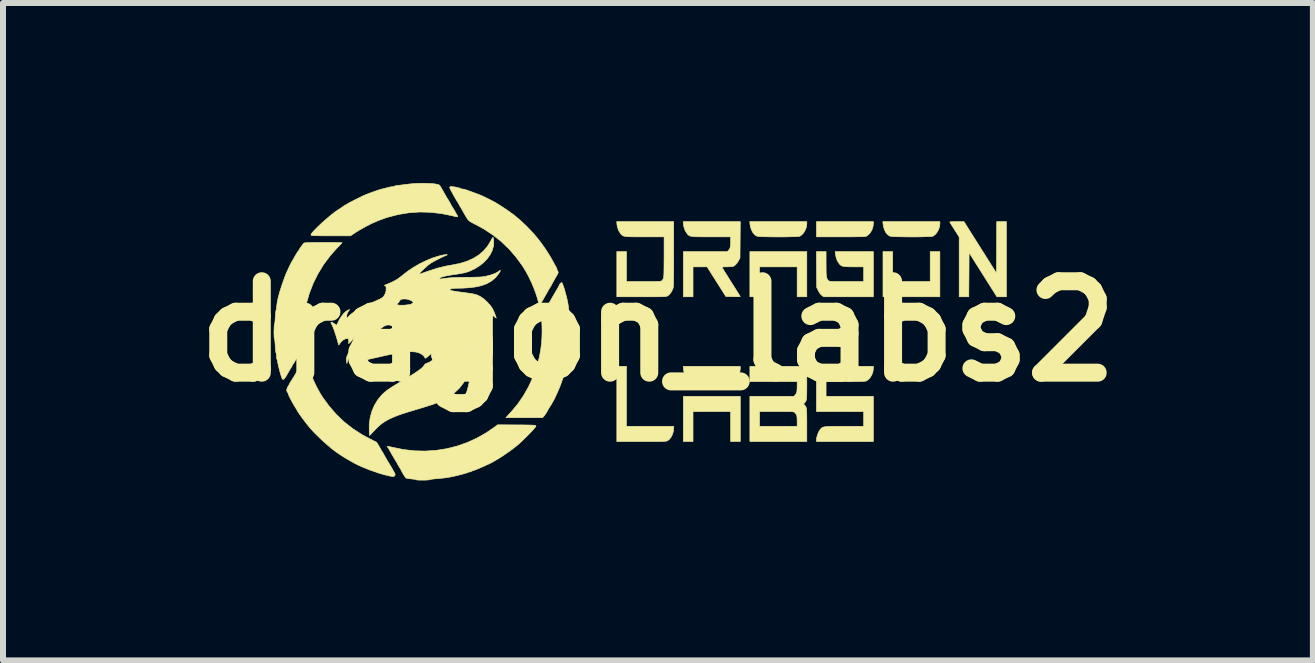
<source format=kicad_pcb>
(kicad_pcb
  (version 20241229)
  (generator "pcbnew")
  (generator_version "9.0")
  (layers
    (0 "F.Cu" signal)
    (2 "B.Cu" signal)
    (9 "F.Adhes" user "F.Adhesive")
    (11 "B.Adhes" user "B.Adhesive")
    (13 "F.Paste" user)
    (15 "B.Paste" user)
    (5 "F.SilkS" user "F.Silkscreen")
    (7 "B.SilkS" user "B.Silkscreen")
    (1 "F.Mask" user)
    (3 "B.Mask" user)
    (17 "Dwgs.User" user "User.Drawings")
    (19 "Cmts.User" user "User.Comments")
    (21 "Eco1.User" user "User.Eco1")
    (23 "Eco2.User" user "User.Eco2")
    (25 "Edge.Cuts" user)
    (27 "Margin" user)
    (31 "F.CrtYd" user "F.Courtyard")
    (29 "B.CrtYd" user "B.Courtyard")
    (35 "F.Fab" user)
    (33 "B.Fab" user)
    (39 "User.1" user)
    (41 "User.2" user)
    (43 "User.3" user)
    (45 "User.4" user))
  (footprint "dragon_labs2"
    (layer "F.Cu")
    (at 7.918 2.473)
    (property "Reference" "dragon_labs2" (at 0 0 0) (layer "F.SilkS") (effects (font (size 1.524 1.524) (thickness 0.3))))
    (attr through_hole)
    (fp_poly (pts (xy 1.372 1.837) (xy 1.211 1.837) (xy 1.211 1.338) (xy 0.584 1.338) (xy 0.584 1.837) (xy 0.423 1.837) (xy 0.423 1.084) (xy 1.372 1.084) (xy 1.372 1.837)) (stroke (width 0.01) (type solid)) (fill yes) (layer "F.SilkS"))
    (fp_poly (pts (xy 2.481 -0.576) (xy 2.32 -0.576) (xy 2.32 -1.075) (xy 1.693 -1.075) (xy 1.693 -0.576) (xy 1.532 -0.576) (xy 1.532 -1.329) (xy 2.481 -1.329) (xy 2.481 -0.576)) (stroke (width 0.01) (type solid)) (fill yes) (layer "F.SilkS"))
    (fp_poly (pts (xy 3.912 -0.83) (xy 4.538 -0.83) (xy 4.538 -1.329) (xy 4.699 -1.329) (xy 4.699 -0.576) (xy 3.751 -0.576) (xy 3.751 -1.329) (xy 3.912 -1.329) (xy 3.912 -0.83)) (stroke (width 0.01) (type solid)) (fill yes) (layer "F.SilkS"))
    (fp_poly (pts (xy 3.59 -1.791) (xy 3.584 -1.743) (xy 3.568 -1.695) (xy 3.543 -1.65) (xy 3.513 -1.614) (xy 3.48 -1.589) (xy 3.474 -1.586) (xy 3.464 -1.583) (xy 3.448 -1.581) (xy 3.424 -1.579) (xy 3.391 -1.578) (xy 3.348 -1.577) (xy 3.293 -1.576) (xy 3.225 -1.575) (xy 3.144 -1.575) (xy 3.046 -1.575) (xy 2.642 -1.575) (xy 2.642 -1.829) (xy 3.59 -1.829) (xy 3.59 -1.791)) (stroke (width 0.01) (type solid)) (fill yes) (layer "F.SilkS"))
    (fp_poly (pts (xy -0.525 1.583) (xy 0.262 1.583) (xy 0.262 1.619) (xy 0.256 1.671) (xy 0.24 1.722) (xy 0.216 1.768) (xy 0.185 1.805) (xy 0.165 1.82) (xy 0.159 1.824) (xy 0.151 1.827) (xy 0.141 1.83) (xy 0.126 1.832) (xy 0.107 1.834) (xy 0.08 1.835) (xy 0.046 1.836) (xy 0.001 1.837) (xy -0.055 1.837) (xy -0.124 1.837) (xy -0.208 1.837) (xy -0.274 1.837) (xy -0.686 1.837) (xy -0.686 0.584) (xy -0.525 0.584) (xy -0.525 1.583)) (stroke (width 0.01) (type solid)) (fill yes) (layer "F.SilkS"))
    (fp_poly (pts (xy 5.808 -0.576) (xy 5.65 -0.576) (xy 5.186 -1.311) (xy 5.184 -0.943) (xy 5.181 -0.576) (xy 5.021 -0.576) (xy 5.021 -1.572) (xy 4.946 -1.69) (xy 4.921 -1.73) (xy 4.898 -1.766) (xy 4.88 -1.794) (xy 4.869 -1.813) (xy 4.865 -1.818) (xy 4.866 -1.823) (xy 4.876 -1.826) (xy 4.898 -1.827) (xy 4.932 -1.828) (xy 4.98 -1.829) (xy 5.101 -1.828) (xy 5.372 -1.398) (xy 5.643 -0.969) (xy 5.645 -1.399) (xy 5.647 -1.829) (xy 5.808 -1.829) (xy 5.808 -0.576)) (stroke (width 0.01) (type solid)) (fill yes) (layer "F.SilkS"))
    (fp_poly (pts (xy 1.372 0.622) (xy 1.366 0.67) (xy 1.349 0.718) (xy 1.325 0.763) (xy 1.295 0.799) (xy 1.261 0.824) (xy 1.256 0.827) (xy 1.239 0.83) (xy 1.209 0.833) (xy 1.166 0.835) (xy 1.113 0.836) (xy 1.052 0.838) (xy 0.986 0.839) (xy 0.918 0.839) (xy 0.848 0.839) (xy 0.78 0.838) (xy 0.716 0.837) (xy 0.658 0.836) (xy 0.609 0.834) (xy 0.57 0.831) (xy 0.545 0.828) (xy 0.537 0.826) (xy 0.502 0.802) (xy 0.471 0.765) (xy 0.446 0.717) (xy 0.43 0.663) (xy 0.426 0.636) (xy 0.421 0.584) (xy 1.372 0.584) (xy 1.372 0.622)) (stroke (width 0.01) (type solid)) (fill yes) (layer "F.SilkS"))
    (fp_poly (pts (xy 2.481 -1.791) (xy 2.475 -1.743) (xy 2.458 -1.695) (xy 2.434 -1.65) (xy 2.404 -1.614) (xy 2.371 -1.589) (xy 2.365 -1.586) (xy 2.349 -1.583) (xy 2.318 -1.58) (xy 2.275 -1.578) (xy 2.222 -1.577) (xy 2.161 -1.575) (xy 2.096 -1.574) (xy 2.027 -1.574) (xy 1.957 -1.574) (xy 1.889 -1.575) (xy 1.825 -1.576) (xy 1.767 -1.577) (xy 1.718 -1.579) (xy 1.68 -1.582) (xy 1.654 -1.585) (xy 1.646 -1.587) (xy 1.611 -1.611) (xy 1.58 -1.648) (xy 1.556 -1.696) (xy 1.54 -1.75) (xy 1.535 -1.777) (xy 1.53 -1.829) (xy 2.481 -1.829) (xy 2.481 -1.791)) (stroke (width 0.01) (type solid)) (fill yes) (layer "F.SilkS"))
    (fp_poly (pts (xy 4.699 -1.791) (xy 4.693 -1.743) (xy 4.677 -1.695) (xy 4.652 -1.65) (xy 4.622 -1.614) (xy 4.589 -1.589) (xy 4.583 -1.586) (xy 4.567 -1.583) (xy 4.536 -1.58) (xy 4.493 -1.578) (xy 4.44 -1.577) (xy 4.38 -1.575) (xy 4.314 -1.574) (xy 4.245 -1.574) (xy 4.175 -1.574) (xy 4.107 -1.575) (xy 4.043 -1.576) (xy 3.985 -1.577) (xy 3.936 -1.579) (xy 3.898 -1.582) (xy 3.873 -1.585) (xy 3.865 -1.587) (xy 3.829 -1.611) (xy 3.798 -1.648) (xy 3.774 -1.696) (xy 3.758 -1.75) (xy 3.754 -1.777) (xy 3.748 -1.829) (xy 4.699 -1.829) (xy 4.699 -1.791)) (stroke (width 0.01) (type solid)) (fill yes) (layer "F.SilkS"))
    (fp_poly (pts (xy 3.59 0.622) (xy 3.584 0.67) (xy 3.568 0.718) (xy 3.543 0.763) (xy 3.513 0.799) (xy 3.48 0.824) (xy 3.474 0.827) (xy 3.463 0.83) (xy 3.445 0.832) (xy 3.419 0.834) (xy 3.383 0.836) (xy 3.335 0.837) (xy 3.275 0.838) (xy 3.201 0.838) (xy 3.124 0.838) (xy 2.802 0.838) (xy 2.802 1.084) (xy 3.59 1.084) (xy 3.59 1.837) (xy 2.642 1.837) (xy 2.642 1.809) (xy 2.646 1.771) (xy 2.659 1.726) (xy 2.676 1.683) (xy 2.696 1.647) (xy 2.702 1.639) (xy 2.714 1.626) (xy 2.725 1.614) (xy 2.737 1.605) (xy 2.752 1.598) (xy 2.772 1.593) (xy 2.798 1.589) (xy 2.832 1.586) (xy 2.875 1.585) (xy 2.93 1.584) (xy 2.999 1.583) (xy 3.081 1.583) (xy 3.429 1.583) (xy 3.429 1.338) (xy 2.642 1.338) (xy 2.642 0.584) (xy 3.59 0.584) (xy 3.59 0.622)) (stroke (width 0.01) (type solid)) (fill yes) (layer "F.SilkS"))
    (fp_poly (pts (xy 2.802 -1.122) (xy 2.803 -1.052) (xy 2.803 -0.996) (xy 2.805 -0.954) (xy 2.808 -0.921) (xy 2.812 -0.897) (xy 2.818 -0.878) (xy 2.826 -0.864) (xy 2.836 -0.851) (xy 2.838 -0.849) (xy 2.843 -0.844) (xy 2.849 -0.84) (xy 2.858 -0.836) (xy 2.87 -0.834) (xy 2.889 -0.832) (xy 2.916 -0.831) (xy 2.952 -0.83) (xy 3 -0.83) (xy 3.061 -0.83) (xy 3.137 -0.83) (xy 3.143 -0.83) (xy 3.429 -0.83) (xy 3.429 -1.075) (xy 3.262 -1.075) (xy 3.197 -1.076) (xy 3.146 -1.077) (xy 3.107 -1.08) (xy 3.078 -1.086) (xy 3.056 -1.095) (xy 3.039 -1.107) (xy 3.023 -1.124) (xy 3.008 -1.146) (xy 2.988 -1.18) (xy 2.974 -1.215) (xy 2.964 -1.258) (xy 2.959 -1.289) (xy 2.953 -1.329) (xy 3.59 -1.329) (xy 3.59 -0.576) (xy 2.764 -0.576) (xy 2.733 -0.597) (xy 2.705 -0.624) (xy 2.678 -0.667) (xy 2.674 -0.675) (xy 2.646 -0.732) (xy 2.643 -1.031) (xy 2.641 -1.329) (xy 2.802 -1.329) (xy 2.802 -1.122)) (stroke (width 0.01) (type solid)) (fill yes) (layer "F.SilkS"))
    (fp_poly (pts (xy 2.481 0.86) (xy 2.481 0.938) (xy 2.48 1.001) (xy 2.48 1.051) (xy 2.478 1.09) (xy 2.476 1.119) (xy 2.472 1.141) (xy 2.468 1.158) (xy 2.461 1.17) (xy 2.453 1.181) (xy 2.444 1.192) (xy 2.427 1.211) (xy 2.444 1.23) (xy 2.454 1.241) (xy 2.462 1.252) (xy 2.468 1.265) (xy 2.473 1.282) (xy 2.476 1.305) (xy 2.478 1.335) (xy 2.48 1.374) (xy 2.48 1.425) (xy 2.481 1.49) (xy 2.481 1.562) (xy 2.481 1.837) (xy 1.532 1.837) (xy 1.532 1.338) (xy 1.693 1.338) (xy 1.693 1.583) (xy 2.32 1.583) (xy 2.32 1.498) (xy 2.319 1.452) (xy 2.316 1.419) (xy 2.309 1.394) (xy 2.297 1.374) (xy 2.283 1.357) (xy 2.279 1.352) (xy 2.273 1.348) (xy 2.265 1.344) (xy 2.252 1.342) (xy 2.233 1.34) (xy 2.207 1.339) (xy 2.17 1.338) (xy 2.122 1.338) (xy 2.061 1.338) (xy 1.985 1.338) (xy 1.693 1.338) (xy 1.532 1.338) (xy 1.532 1.084) (xy 2.266 1.084) (xy 2.283 1.065) (xy 2.3 1.045) (xy 2.31 1.024) (xy 2.316 0.998) (xy 2.319 0.963) (xy 2.32 0.923) (xy 2.32 0.838) (xy 1.532 0.838) (xy 1.532 0.584) (xy 2.481 0.584) (xy 2.481 0.86)) (stroke (width 0.01) (type solid)) (fill yes) (layer "F.SilkS"))
    (fp_poly (pts (xy 1.367 -1.223) (xy 1.345 -1.181) (xy 1.319 -1.139) (xy 1.289 -1.106) (xy 1.26 -1.085) (xy 1.255 -1.083) (xy 1.238 -1.08) (xy 1.209 -1.077) (xy 1.173 -1.076) (xy 1.15 -1.075) (xy 1.11 -1.075) (xy 1.084 -1.073) (xy 1.071 -1.07) (xy 1.069 -1.065) (xy 1.074 -1.055) (xy 1.088 -1.033) (xy 1.108 -1) (xy 1.134 -0.959) (xy 1.165 -0.91) (xy 1.199 -0.855) (xy 1.222 -0.818) (xy 1.258 -0.762) (xy 1.291 -0.71) (xy 1.319 -0.664) (xy 1.343 -0.627) (xy 1.36 -0.599) (xy 1.37 -0.583) (xy 1.372 -0.579) (xy 1.364 -0.578) (xy 1.342 -0.577) (xy 1.309 -0.577) (xy 1.268 -0.577) (xy 1.252 -0.578) (xy 1.132 -0.58) (xy 0.819 -1.075) (xy 0.584 -1.075) (xy 0.584 -0.576) (xy 0.423 -0.576) (xy 0.423 -1.329) (xy 1.157 -1.329) (xy 1.174 -1.348) (xy 1.19 -1.368) (xy 1.201 -1.389) (xy 1.207 -1.415) (xy 1.21 -1.45) (xy 1.211 -1.49) (xy 1.211 -1.575) (xy 0.889 -1.575) (xy 0.802 -1.575) (xy 0.73 -1.575) (xy 0.671 -1.576) (xy 0.625 -1.577) (xy 0.588 -1.58) (xy 0.56 -1.583) (xy 0.539 -1.588) (xy 0.523 -1.594) (xy 0.511 -1.602) (xy 0.5 -1.612) (xy 0.489 -1.624) (xy 0.487 -1.627) (xy 0.452 -1.681) (xy 0.431 -1.745) (xy 0.426 -1.777) (xy 0.421 -1.829) (xy 1.372 -1.829) (xy 1.367 -1.223)) (stroke (width 0.01) (type solid)) (fill yes) (layer "F.SilkS"))
    (fp_poly (pts (xy 0.262 -1.293) (xy 0.262 -1.163) (xy 0.262 -1.05) (xy 0.261 -0.954) (xy 0.26 -0.874) (xy 0.259 -0.811) (xy 0.257 -0.765) (xy 0.255 -0.735) (xy 0.253 -0.724) (xy 0.238 -0.685) (xy 0.216 -0.647) (xy 0.19 -0.614) (xy 0.165 -0.593) (xy 0.159 -0.589) (xy 0.151 -0.586) (xy 0.141 -0.583) (xy 0.126 -0.581) (xy 0.107 -0.579) (xy 0.08 -0.578) (xy 0.046 -0.577) (xy 0.001 -0.576) (xy -0.055 -0.576) (xy -0.124 -0.576) (xy -0.208 -0.576) (xy -0.274 -0.576) (xy -0.686 -0.576) (xy -0.686 -1.329) (xy -0.525 -1.329) (xy -0.525 -0.83) (xy -0.237 -0.83) (xy -0.16 -0.83) (xy -0.097 -0.83) (xy -0.048 -0.83) (xy -0.011 -0.831) (xy 0.017 -0.832) (xy 0.036 -0.834) (xy 0.049 -0.836) (xy 0.058 -0.839) (xy 0.064 -0.843) (xy 0.068 -0.847) (xy 0.084 -0.868) (xy 0.093 -0.886) (xy 0.095 -0.899) (xy 0.097 -0.928) (xy 0.099 -0.97) (xy 0.1 -1.025) (xy 0.101 -1.089) (xy 0.101 -1.162) (xy 0.102 -1.241) (xy 0.102 -1.575) (xy -0.22 -1.575) (xy -0.308 -1.575) (xy -0.38 -1.575) (xy -0.438 -1.576) (xy -0.485 -1.577) (xy -0.521 -1.58) (xy -0.549 -1.583) (xy -0.57 -1.588) (xy -0.586 -1.594) (xy -0.598 -1.602) (xy -0.609 -1.612) (xy -0.62 -1.624) (xy -0.622 -1.627) (xy -0.657 -1.681) (xy -0.678 -1.745) (xy -0.683 -1.777) (xy -0.688 -1.829) (xy 0.262 -1.829) (xy 0.262 -1.293)) (stroke (width 0.01) (type solid)) (fill yes) (layer "F.SilkS"))
    (fp_poly (pts (xy -3.844 -2.466) (xy -3.783 -2.463) (xy -3.731 -2.459) (xy -3.688 -2.452) (xy -3.657 -2.444) (xy -3.643 -2.436) (xy -3.629 -2.418) (xy -3.609 -2.385) (xy -3.582 -2.338) (xy -3.551 -2.282) (xy -3.533 -2.25) (xy -3.514 -2.218) (xy -3.505 -2.206) (xy -3.488 -2.178) (xy -3.469 -2.145) (xy -3.458 -2.125) (xy -3.444 -2.098) (xy -3.432 -2.077) (xy -3.425 -2.067) (xy -3.419 -2.058) (xy -3.41 -2.043) (xy -3.396 -2.02) (xy -3.376 -1.985) (xy -3.35 -1.939) (xy -3.348 -1.936) (xy -3.34 -1.919) (xy -3.338 -1.909) (xy -3.338 -1.908) (xy -3.348 -1.909) (xy -3.369 -1.913) (xy -3.401 -1.919) (xy -3.426 -1.926) (xy -3.609 -1.963) (xy -3.79 -1.984) (xy -3.969 -1.989) (xy -4.148 -1.977) (xy -4.326 -1.948) (xy -4.504 -1.902) (xy -4.551 -1.887) (xy -4.657 -1.848) (xy -4.768 -1.8) (xy -4.878 -1.744) (xy -4.982 -1.685) (xy -5.029 -1.656) (xy -5.125 -1.592) (xy -5.448 -1.592) (xy -5.521 -1.592) (xy -5.588 -1.592) (xy -5.647 -1.593) (xy -5.698 -1.594) (xy -5.738 -1.595) (xy -5.765 -1.596) (xy -5.777 -1.597) (xy -5.777 -1.597) (xy -5.782 -1.61) (xy -5.783 -1.615) (xy -5.777 -1.628) (xy -5.759 -1.65) (xy -5.732 -1.68) (xy -5.698 -1.715) (xy -5.657 -1.755) (xy -5.613 -1.797) (xy -5.566 -1.839) (xy -5.518 -1.881) (xy -5.472 -1.92) (xy -5.441 -1.945) (xy -5.419 -1.962) (xy -5.402 -1.976) (xy -5.397 -1.98) (xy -5.385 -1.989) (xy -5.363 -2.004) (xy -5.338 -2.021) (xy -5.314 -2.036) (xy -5.301 -2.045) (xy -5.286 -2.055) (xy -5.264 -2.07) (xy -5.258 -2.075) (xy -5.236 -2.09) (xy -5.219 -2.101) (xy -5.215 -2.103) (xy -5.201 -2.11) (xy -5.179 -2.123) (xy -5.169 -2.13) (xy -5.149 -2.141) (xy -5.117 -2.158) (xy -5.078 -2.178) (xy -5.033 -2.201) (xy -4.988 -2.223) (xy -4.946 -2.244) (xy -4.91 -2.261) (xy -4.885 -2.272) (xy -4.849 -2.287) (xy -4.805 -2.304) (xy -4.757 -2.321) (xy -4.709 -2.338) (xy -4.665 -2.353) (xy -4.63 -2.364) (xy -4.606 -2.371) (xy -4.606 -2.371) (xy -4.583 -2.376) (xy -4.551 -2.384) (xy -4.515 -2.394) (xy -4.509 -2.395) (xy -4.475 -2.404) (xy -4.444 -2.41) (xy -4.423 -2.413) (xy -4.42 -2.413) (xy -4.4 -2.416) (xy -4.39 -2.421) (xy -4.377 -2.426) (xy -4.354 -2.43) (xy -4.331 -2.433) (xy -4.302 -2.436) (xy -4.262 -2.441) (xy -4.216 -2.447) (xy -4.174 -2.452) (xy -4.112 -2.459) (xy -4.046 -2.464) (xy -3.978 -2.467) (xy -3.909 -2.468) (xy -3.844 -2.466)) (stroke (width 0.01) (type solid)) (fill yes) (layer "F.SilkS"))
    (fp_poly (pts (xy -2.354 1.56) (xy -2.272 1.56) (xy -2.206 1.561) (xy -2.153 1.562) (xy -2.112 1.563) (xy -2.082 1.564) (xy -2.061 1.566) (xy -2.047 1.568) (xy -2.039 1.57) (xy -2.035 1.574) (xy -2.034 1.577) (xy -2.038 1.588) (xy -2.054 1.609) (xy -2.078 1.637) (xy -2.11 1.672) (xy -2.147 1.71) (xy -2.187 1.751) (xy -2.23 1.793) (xy -2.272 1.833) (xy -2.312 1.871) (xy -2.349 1.903) (xy -2.369 1.919) (xy -2.431 1.967) (xy -2.502 2.018) (xy -2.578 2.07) (xy -2.654 2.119) (xy -2.723 2.16) (xy -2.733 2.166) (xy -2.765 2.184) (xy -2.792 2.198) (xy -2.809 2.207) (xy -2.815 2.21) (xy -2.823 2.213) (xy -2.844 2.222) (xy -2.873 2.235) (xy -2.897 2.247) (xy -2.94 2.266) (xy -2.985 2.285) (xy -3.026 2.302) (xy -3.04 2.307) (xy -3.072 2.319) (xy -3.099 2.329) (xy -3.116 2.337) (xy -3.118 2.338) (xy -3.137 2.344) (xy -3.145 2.345) (xy -3.164 2.349) (xy -3.173 2.354) (xy -3.191 2.361) (xy -3.224 2.371) (xy -3.267 2.383) (xy -3.319 2.396) (xy -3.376 2.41) (xy -3.412 2.418) (xy -3.471 2.43) (xy -3.525 2.439) (xy -3.58 2.446) (xy -3.641 2.452) (xy -3.687 2.456) (xy -3.729 2.46) (xy -3.765 2.464) (xy -3.791 2.468) (xy -3.804 2.472) (xy -3.805 2.473) (xy -3.816 2.476) (xy -3.84 2.478) (xy -3.873 2.48) (xy -3.91 2.48) (xy -3.949 2.48) (xy -3.984 2.48) (xy -4.013 2.478) (xy -4.03 2.475) (xy -4.034 2.473) (xy -4.044 2.469) (xy -4.066 2.465) (xy -4.098 2.462) (xy -4.114 2.46) (xy -4.149 2.456) (xy -4.179 2.451) (xy -4.198 2.446) (xy -4.202 2.444) (xy -4.211 2.433) (xy -4.225 2.413) (xy -4.241 2.388) (xy -4.256 2.362) (xy -4.269 2.339) (xy -4.275 2.325) (xy -4.276 2.323) (xy -4.28 2.314) (xy -4.291 2.296) (xy -4.305 2.273) (xy -4.32 2.249) (xy -4.331 2.231) (xy -4.335 2.223) (xy -4.339 2.215) (xy -4.35 2.195) (xy -4.367 2.167) (xy -4.388 2.132) (xy -4.394 2.122) (xy -4.417 2.083) (xy -4.44 2.044) (xy -4.458 2.012) (xy -4.47 1.99) (xy -4.471 1.988) (xy -4.485 1.963) (xy -4.498 1.942) (xy -4.502 1.937) (xy -4.511 1.924) (xy -4.511 1.917) (xy -4.502 1.918) (xy -4.479 1.921) (xy -4.448 1.928) (xy -4.423 1.934) (xy -4.24 1.971) (xy -4.058 1.992) (xy -3.876 1.996) (xy -3.696 1.984) (xy -3.519 1.956) (xy -3.345 1.912) (xy -3.176 1.852) (xy -3.012 1.777) (xy -2.854 1.686) (xy -2.742 1.609) (xy -2.672 1.558) (xy -2.354 1.56)) (stroke (width 0.01) (type solid)) (fill yes) (layer "F.SilkS"))
    (fp_poly (pts (xy -1.597 -0.805) (xy -1.588 -0.784) (xy -1.576 -0.752) (xy -1.563 -0.713) (xy -1.551 -0.669) (xy -1.541 -0.633) (xy -1.532 -0.601) (xy -1.524 -0.57) (xy -1.524 -0.569) (xy -1.514 -0.528) (xy -1.505 -0.483) (xy -1.497 -0.439) (xy -1.492 -0.402) (xy -1.49 -0.378) (xy -1.488 -0.353) (xy -1.484 -0.334) (xy -1.483 -0.332) (xy -1.479 -0.318) (xy -1.475 -0.291) (xy -1.471 -0.256) (xy -1.469 -0.224) (xy -1.466 -0.186) (xy -1.464 -0.155) (xy -1.461 -0.133) (xy -1.46 -0.126) (xy -1.457 -0.114) (xy -1.455 -0.09) (xy -1.454 -0.057) (xy -1.453 -0.019) (xy -1.452 0.021) (xy -1.452 0.057) (xy -1.453 0.088) (xy -1.455 0.108) (xy -1.457 0.114) (xy -1.461 0.125) (xy -1.464 0.147) (xy -1.465 0.178) (xy -1.465 0.18) (xy -1.467 0.221) (xy -1.471 0.263) (xy -1.474 0.292) (xy -1.48 0.329) (xy -1.486 0.372) (xy -1.49 0.402) (xy -1.508 0.506) (xy -1.536 0.621) (xy -1.572 0.743) (xy -1.615 0.869) (xy -1.629 0.906) (xy -1.641 0.936) (xy -1.657 0.975) (xy -1.676 1.017) (xy -1.695 1.06) (xy -1.713 1.098) (xy -1.728 1.129) (xy -1.737 1.147) (xy -1.749 1.167) (xy -1.761 1.19) (xy -1.776 1.216) (xy -1.792 1.241) (xy -1.805 1.261) (xy -1.822 1.289) (xy -1.84 1.321) (xy -1.842 1.324) (xy -1.861 1.357) (xy -1.881 1.388) (xy -1.898 1.41) (xy -1.899 1.411) (xy -1.924 1.439) (xy -2.535 1.439) (xy -2.514 1.416) (xy -2.498 1.399) (xy -2.476 1.374) (xy -2.45 1.346) (xy -2.439 1.334) (xy -2.335 1.209) (xy -2.241 1.071) (xy -2.157 0.923) (xy -2.085 0.768) (xy -2.026 0.608) (xy -1.981 0.445) (xy -1.973 0.408) (xy -1.954 0.301) (xy -1.941 0.198) (xy -1.934 0.094) (xy -1.932 -0.017) (xy -1.934 -0.094) (xy -1.936 -0.151) (xy -1.937 -0.193) (xy -1.937 -0.224) (xy -1.936 -0.245) (xy -1.934 -0.26) (xy -1.93 -0.27) (xy -1.924 -0.279) (xy -1.922 -0.281) (xy -1.91 -0.298) (xy -1.905 -0.308) (xy -1.905 -0.308) (xy -1.901 -0.317) (xy -1.89 -0.337) (xy -1.875 -0.364) (xy -1.867 -0.377) (xy -1.85 -0.406) (xy -1.837 -0.429) (xy -1.83 -0.442) (xy -1.829 -0.444) (xy -1.825 -0.453) (xy -1.815 -0.471) (xy -1.8 -0.497) (xy -1.798 -0.501) (xy -1.78 -0.533) (xy -1.763 -0.563) (xy -1.751 -0.584) (xy -1.739 -0.604) (xy -1.722 -0.634) (xy -1.701 -0.669) (xy -1.688 -0.691) (xy -1.669 -0.724) (xy -1.654 -0.751) (xy -1.645 -0.77) (xy -1.643 -0.777) (xy -1.636 -0.789) (xy -1.622 -0.803) (xy -1.607 -0.812) (xy -1.603 -0.813) (xy -1.597 -0.805)) (stroke (width 0.01) (type solid)) (fill yes) (layer "F.SilkS"))
    (fp_poly (pts (xy -3.411 -2.41) (xy -3.38 -2.405) (xy -3.346 -2.398) (xy -3.315 -2.39) (xy -3.291 -2.382) (xy -3.28 -2.376) (xy -3.267 -2.372) (xy -3.252 -2.371) (xy -3.242 -2.37) (xy -3.228 -2.367) (xy -3.208 -2.361) (xy -3.18 -2.352) (xy -3.142 -2.338) (xy -3.092 -2.32) (xy -3.038 -2.3) (xy -3 -2.286) (xy -2.969 -2.274) (xy -2.941 -2.262) (xy -2.91 -2.248) (xy -2.872 -2.23) (xy -2.828 -2.208) (xy -2.773 -2.18) (xy -2.729 -2.157) (xy -2.691 -2.135) (xy -2.654 -2.113) (xy -2.615 -2.088) (xy -2.583 -2.067) (xy -2.551 -2.045) (xy -2.522 -2.026) (xy -2.501 -2.011) (xy -2.494 -2.007) (xy -2.394 -1.934) (xy -2.292 -1.848) (xy -2.191 -1.753) (xy -2.094 -1.652) (xy -2.005 -1.548) (xy -1.926 -1.444) (xy -1.923 -1.439) (xy -1.874 -1.369) (xy -1.833 -1.306) (xy -1.796 -1.246) (xy -1.761 -1.185) (xy -1.729 -1.126) (xy -1.714 -1.098) (xy -1.701 -1.076) (xy -1.693 -1.063) (xy -1.693 -1.063) (xy -1.686 -1.048) (xy -1.685 -1.039) (xy -1.68 -1.021) (xy -1.671 -1.003) (xy -1.666 -0.995) (xy -1.663 -0.988) (xy -1.663 -0.98) (xy -1.668 -0.967) (xy -1.677 -0.948) (xy -1.694 -0.919) (xy -1.717 -0.879) (xy -1.717 -0.879) (xy -1.73 -0.855) (xy -1.748 -0.823) (xy -1.766 -0.79) (xy -1.766 -0.79) (xy -1.782 -0.76) (xy -1.797 -0.736) (xy -1.806 -0.721) (xy -1.807 -0.72) (xy -1.818 -0.703) (xy -1.829 -0.682) (xy -1.841 -0.66) (xy -1.857 -0.631) (xy -1.867 -0.614) (xy -1.886 -0.581) (xy -1.906 -0.546) (xy -1.914 -0.531) (xy -1.927 -0.509) (xy -1.937 -0.494) (xy -1.941 -0.491) (xy -1.947 -0.484) (xy -1.947 -0.479) (xy -1.952 -0.464) (xy -1.963 -0.448) (xy -1.978 -0.429) (xy -1.994 -0.492) (xy -2.022 -0.591) (xy -2.06 -0.698) (xy -2.105 -0.807) (xy -2.156 -0.914) (xy -2.211 -1.014) (xy -2.258 -1.09) (xy -2.368 -1.24) (xy -2.486 -1.376) (xy -2.615 -1.499) (xy -2.755 -1.609) (xy -2.906 -1.708) (xy -3.031 -1.776) (xy -3.077 -1.8) (xy -3.11 -1.817) (xy -3.134 -1.832) (xy -3.151 -1.845) (xy -3.164 -1.858) (xy -3.176 -1.874) (xy -3.186 -1.89) (xy -3.207 -1.924) (xy -3.228 -1.96) (xy -3.242 -1.985) (xy -3.259 -2.016) (xy -3.278 -2.048) (xy -3.286 -2.062) (xy -3.3 -2.085) (xy -3.311 -2.103) (xy -3.313 -2.108) (xy -3.321 -2.123) (xy -3.334 -2.145) (xy -3.338 -2.151) (xy -3.362 -2.19) (xy -3.387 -2.233) (xy -3.411 -2.276) (xy -3.433 -2.316) (xy -3.452 -2.351) (xy -3.465 -2.378) (xy -3.471 -2.395) (xy -3.471 -2.397) (xy -3.469 -2.407) (xy -3.457 -2.412) (xy -3.435 -2.413) (xy -3.411 -2.41)) (stroke (width 0.01) (type solid)) (fill yes) (layer "F.SilkS"))
    (fp_poly (pts (xy -5.871 0.446) (xy -5.864 0.467) (xy -5.856 0.496) (xy -5.855 0.501) (xy -5.827 0.599) (xy -5.789 0.705) (xy -5.744 0.813) (xy -5.694 0.919) (xy -5.64 1.019) (xy -5.591 1.098) (xy -5.48 1.249) (xy -5.36 1.387) (xy -5.23 1.511) (xy -5.088 1.622) (xy -4.936 1.721) (xy -4.811 1.788) (xy -4.69 1.849) (xy -4.652 1.911) (xy -4.635 1.94) (xy -4.622 1.963) (xy -4.615 1.977) (xy -4.614 1.979) (xy -4.609 1.989) (xy -4.603 1.997) (xy -4.593 2.011) (xy -4.579 2.035) (xy -4.563 2.064) (xy -4.562 2.066) (xy -4.544 2.099) (xy -4.525 2.132) (xy -4.512 2.155) (xy -4.492 2.187) (xy -4.469 2.224) (xy -4.446 2.263) (xy -4.424 2.302) (xy -4.404 2.336) (xy -4.39 2.362) (xy -4.383 2.377) (xy -4.383 2.377) (xy -4.382 2.398) (xy -4.395 2.414) (xy -4.418 2.421) (xy -4.421 2.421) (xy -4.439 2.418) (xy -4.467 2.413) (xy -4.5 2.405) (xy -4.504 2.404) (xy -4.563 2.39) (xy -4.612 2.376) (xy -4.651 2.365) (xy -4.676 2.356) (xy -4.678 2.355) (xy -4.697 2.348) (xy -4.723 2.339) (xy -4.729 2.337) (xy -4.765 2.325) (xy -4.811 2.309) (xy -4.851 2.292) (xy -4.875 2.283) (xy -4.889 2.277) (xy -4.921 2.264) (xy -4.955 2.249) (xy -4.987 2.235) (xy -5.01 2.224) (xy -5.012 2.223) (xy -5.037 2.21) (xy -5.067 2.194) (xy -5.097 2.178) (xy -5.123 2.163) (xy -5.138 2.154) (xy -5.154 2.145) (xy -5.177 2.132) (xy -5.186 2.127) (xy -5.212 2.111) (xy -5.236 2.097) (xy -5.242 2.093) (xy -5.261 2.08) (xy -5.288 2.063) (xy -5.305 2.052) (xy -5.368 2.009) (xy -5.438 1.955) (xy -5.512 1.893) (xy -5.588 1.826) (xy -5.661 1.756) (xy -5.73 1.688) (xy -5.79 1.622) (xy -5.81 1.599) (xy -5.835 1.568) (xy -5.864 1.532) (xy -5.894 1.492) (xy -5.924 1.452) (xy -5.953 1.413) (xy -5.977 1.379) (xy -5.996 1.351) (xy -6.008 1.332) (xy -6.011 1.325) (xy -6.016 1.317) (xy -6.027 1.297) (xy -6.043 1.271) (xy -6.049 1.262) (xy -6.07 1.228) (xy -6.092 1.189) (xy -6.114 1.148) (xy -6.134 1.11) (xy -6.15 1.077) (xy -6.16 1.052) (xy -6.164 1.039) (xy -6.17 1.023) (xy -6.176 1.016) (xy -6.187 0.997) (xy -6.188 0.97) (xy -6.178 0.939) (xy -6.168 0.921) (xy -6.155 0.901) (xy -6.148 0.887) (xy -6.147 0.885) (xy -6.143 0.875) (xy -6.132 0.856) (xy -6.119 0.835) (xy -6.083 0.778) (xy -6.046 0.718) (xy -6.011 0.659) (xy -5.98 0.605) (xy -5.959 0.565) (xy -5.947 0.544) (xy -5.937 0.531) (xy -5.935 0.529) (xy -5.928 0.52) (xy -5.916 0.5) (xy -5.905 0.479) (xy -5.891 0.455) (xy -5.881 0.44) (xy -5.876 0.436) (xy -5.871 0.446)) (stroke (width 0.01) (type solid)) (fill yes) (layer "F.SilkS"))
    (fp_poly (pts (xy -5.507 -1.481) (xy -5.442 -1.481) (xy -5.384 -1.481) (xy -5.336 -1.48) (xy -5.299 -1.479) (xy -5.275 -1.478) (xy -5.266 -1.477) (xy -5.266 -1.477) (xy -5.272 -1.47) (xy -5.287 -1.453) (xy -5.31 -1.429) (xy -5.338 -1.4) (xy -5.344 -1.395) (xy -5.464 -1.26) (xy -5.572 -1.116) (xy -5.666 -0.963) (xy -5.747 -0.801) (xy -5.812 -0.632) (xy -5.862 -0.458) (xy -5.897 -0.279) (xy -5.91 -0.169) (xy -5.916 -0.072) (xy -5.917 0.038) (xy -5.915 0.099) (xy -5.909 0.253) (xy -5.943 0.308) (xy -5.963 0.342) (xy -5.984 0.377) (xy -5.999 0.404) (xy -6.027 0.455) (xy -6.051 0.498) (xy -6.07 0.529) (xy -6.083 0.549) (xy -6.086 0.552) (xy -6.095 0.565) (xy -6.096 0.569) (xy -6.1 0.58) (xy -6.111 0.599) (xy -6.119 0.612) (xy -6.134 0.635) (xy -6.153 0.668) (xy -6.174 0.705) (xy -6.185 0.724) (xy -6.209 0.765) (xy -6.229 0.79) (xy -6.244 0.802) (xy -6.256 0.8) (xy -6.264 0.789) (xy -6.272 0.77) (xy -6.283 0.738) (xy -6.295 0.698) (xy -6.307 0.653) (xy -6.319 0.607) (xy -6.329 0.564) (xy -6.337 0.528) (xy -6.341 0.502) (xy -6.342 0.495) (xy -6.345 0.478) (xy -6.35 0.47) (xy -6.355 0.459) (xy -6.358 0.437) (xy -6.358 0.416) (xy -6.36 0.388) (xy -6.363 0.367) (xy -6.367 0.359) (xy -6.37 0.348) (xy -6.374 0.324) (xy -6.377 0.289) (xy -6.38 0.248) (xy -6.38 0.239) (xy -6.383 0.197) (xy -6.386 0.161) (xy -6.39 0.136) (xy -6.393 0.123) (xy -6.394 0.122) (xy -6.397 0.112) (xy -6.399 0.089) (xy -6.4 0.057) (xy -6.401 0.019) (xy -6.4 -0.02) (xy -6.399 -0.057) (xy -6.398 -0.087) (xy -6.395 -0.108) (xy -6.393 -0.115) (xy -6.39 -0.126) (xy -6.386 -0.15) (xy -6.382 -0.185) (xy -6.38 -0.226) (xy -6.379 -0.233) (xy -6.377 -0.275) (xy -6.373 -0.311) (xy -6.37 -0.337) (xy -6.367 -0.351) (xy -6.367 -0.351) (xy -6.363 -0.364) (xy -6.359 -0.388) (xy -6.356 -0.415) (xy -6.347 -0.484) (xy -6.33 -0.565) (xy -6.304 -0.659) (xy -6.271 -0.765) (xy -6.229 -0.884) (xy -6.216 -0.92) (xy -6.203 -0.952) (xy -6.186 -0.991) (xy -6.166 -1.034) (xy -6.145 -1.079) (xy -6.125 -1.12) (xy -6.106 -1.156) (xy -6.092 -1.182) (xy -6.084 -1.194) (xy -6.075 -1.208) (xy -6.062 -1.232) (xy -6.05 -1.253) (xy -6.032 -1.285) (xy -6.013 -1.316) (xy -6.002 -1.331) (xy -5.987 -1.35) (xy -5.979 -1.364) (xy -5.977 -1.367) (xy -5.973 -1.377) (xy -5.96 -1.395) (xy -5.944 -1.418) (xy -5.926 -1.442) (xy -5.911 -1.461) (xy -5.901 -1.471) (xy -5.893 -1.474) (xy -5.875 -1.476) (xy -5.847 -1.478) (xy -5.806 -1.479) (xy -5.753 -1.48) (xy -5.685 -1.481) (xy -5.602 -1.481) (xy -5.577 -1.481) (xy -5.507 -1.481)) (stroke (width 0.01) (type solid)) (fill yes) (layer "F.SilkS"))
    (fp_poly (pts (xy -2.743 -1.549) (xy -2.739 -1.518) (xy -2.738 -1.481) (xy -2.74 -1.443) (xy -2.743 -1.419) (xy -2.763 -1.348) (xy -2.797 -1.278) (xy -2.846 -1.21) (xy -2.906 -1.147) (xy -2.977 -1.091) (xy -3.056 -1.042) (xy -3.142 -1.002) (xy -3.172 -0.991) (xy -3.225 -0.976) (xy -3.29 -0.963) (xy -3.365 -0.951) (xy -3.378 -0.949) (xy -3.463 -0.937) (xy -3.531 -0.924) (xy -3.583 -0.912) (xy -3.618 -0.9) (xy -3.637 -0.888) (xy -3.641 -0.88) (xy -3.64 -0.876) (xy -3.638 -0.874) (xy -3.63 -0.873) (xy -3.615 -0.874) (xy -3.589 -0.877) (xy -3.55 -0.883) (xy -3.534 -0.885) (xy -3.487 -0.89) (xy -3.426 -0.895) (xy -3.35 -0.898) (xy -3.258 -0.9) (xy -3.188 -0.901) (xy -3.113 -0.901) (xy -3.053 -0.902) (xy -3.005 -0.904) (xy -2.967 -0.905) (xy -2.936 -0.908) (xy -2.909 -0.911) (xy -2.885 -0.915) (xy -2.861 -0.92) (xy -2.854 -0.922) (xy -2.775 -0.943) (xy -2.712 -0.967) (xy -2.665 -0.993) (xy -2.661 -0.996) (xy -2.643 -1.009) (xy -2.63 -1.016) (xy -2.629 -1.016) (xy -2.627 -1.01) (xy -2.634 -0.995) (xy -2.648 -0.972) (xy -2.667 -0.946) (xy -2.689 -0.919) (xy -2.711 -0.893) (xy -2.726 -0.879) (xy -2.786 -0.832) (xy -2.855 -0.794) (xy -2.935 -0.764) (xy -3.027 -0.742) (xy -3.131 -0.728) (xy -3.25 -0.72) (xy -3.31 -0.719) (xy -3.374 -0.718) (xy -3.421 -0.714) (xy -3.453 -0.708) (xy -3.468 -0.699) (xy -3.469 -0.697) (xy -3.467 -0.69) (xy -3.457 -0.684) (xy -3.436 -0.677) (xy -3.404 -0.671) (xy -3.358 -0.663) (xy -3.299 -0.655) (xy -3.239 -0.647) (xy -3.171 -0.638) (xy -3.112 -0.629) (xy -3.064 -0.62) (xy -3.03 -0.611) (xy -3.02 -0.608) (xy -2.961 -0.58) (xy -2.902 -0.539) (xy -2.846 -0.488) (xy -2.796 -0.431) (xy -2.756 -0.372) (xy -2.748 -0.357) (xy -2.737 -0.334) (xy -2.726 -0.307) (xy -2.714 -0.277) (xy -2.704 -0.25) (xy -2.698 -0.23) (xy -2.696 -0.22) (xy -2.696 -0.22) (xy -2.704 -0.225) (xy -2.721 -0.239) (xy -2.744 -0.259) (xy -2.749 -0.263) (xy -2.81 -0.313) (xy -2.875 -0.357) (xy -2.939 -0.394) (xy -3 -0.423) (xy -3.055 -0.441) (xy -3.079 -0.446) (xy -3.102 -0.449) (xy -3.112 -0.447) (xy -3.112 -0.441) (xy -3.111 -0.438) (xy -3.1 -0.427) (xy -3.081 -0.409) (xy -3.058 -0.39) (xy -2.973 -0.312) (xy -2.9 -0.223) (xy -2.84 -0.124) (xy -2.794 -0.017) (xy -2.776 0.042) (xy -2.766 0.096) (xy -2.759 0.161) (xy -2.756 0.233) (xy -2.756 0.305) (xy -2.761 0.374) (xy -2.769 0.433) (xy -2.771 0.445) (xy -2.784 0.496) (xy -2.8 0.552) (xy -2.818 0.609) (xy -2.835 0.661) (xy -2.851 0.702) (xy -2.852 0.703) (xy -2.868 0.741) (xy -2.864 0.605) (xy -2.864 0.502) (xy -2.87 0.412) (xy -2.883 0.336) (xy -2.901 0.28) (xy -2.911 0.256) (xy -2.92 0.245) (xy -2.926 0.247) (xy -2.932 0.263) (xy -2.936 0.293) (xy -2.939 0.339) (xy -2.941 0.387) (xy -2.95 0.519) (xy -2.968 0.641) (xy -2.994 0.752) (xy -3.028 0.852) (xy -3.071 0.939) (xy -3.121 1.012) (xy -3.172 1.066) (xy -3.193 1.084) (xy -3.208 1.095) (xy -3.214 1.099) (xy -3.212 1.09) (xy -3.207 1.069) (xy -3.197 1.04) (xy -3.192 1.023) (xy -3.177 0.974) (xy -3.163 0.921) (xy -3.152 0.869) (xy -3.142 0.818) (xy -3.136 0.772) (xy -3.132 0.734) (xy -3.132 0.705) (xy -3.136 0.689) (xy -3.14 0.686) (xy -3.146 0.693) (xy -3.158 0.712) (xy -3.173 0.74) (xy -3.183 0.76) (xy -3.242 0.859) (xy -3.312 0.949) (xy -3.396 1.028) (xy -3.494 1.097) (xy -3.606 1.158) (xy -3.609 1.16) (xy -3.645 1.176) (xy -3.681 1.191) (xy -3.722 1.206) (xy -3.768 1.223) (xy -3.822 1.24) (xy -3.885 1.26) (xy -3.961 1.283) (xy -4.051 1.31) (xy -4.06 1.313) (xy -4.171 1.346) (xy -4.267 1.377) (xy -4.35 1.406) (xy -4.422 1.436) (xy -4.485 1.465) (xy -4.541 1.496) (xy -4.591 1.529) (xy -4.638 1.566) (xy -4.683 1.607) (xy -4.728 1.654) (xy -4.736 1.662) (xy -4.807 1.738) (xy -4.813 1.659) (xy -4.813 1.549) (xy -4.798 1.441) (xy -4.77 1.336) (xy -4.728 1.237) (xy -4.674 1.146) (xy -4.608 1.065) (xy -4.588 1.045) (xy -4.563 1.022) (xy -4.537 1) (xy -4.509 0.978) (xy -4.475 0.955) (xy -4.434 0.928) (xy -4.384 0.897) (xy -4.323 0.86) (xy -4.28 0.834) (xy -4.19 0.781) (xy -4.114 0.734) (xy -4.051 0.694) (xy -4.001 0.66) (xy -3.962 0.632) (xy -3.933 0.608) (xy -3.915 0.59) (xy -3.899 0.569) (xy -3.888 0.554) (xy -3.886 0.549) (xy -3.879 0.543) (xy -3.861 0.535) (xy -3.854 0.533) (xy -3.802 0.51) (xy -3.747 0.474) (xy -3.694 0.431) (xy -3.647 0.382) (xy -3.611 0.333) (xy -3.608 0.327) (xy -3.574 0.255) (xy -3.553 0.179) (xy -3.543 0.103) (xy -3.546 0.029) (xy -3.56 -0.04) (xy -3.586 -0.103) (xy -3.624 -0.156) (xy -3.639 -0.171) (xy -3.661 -0.19) (xy -3.675 -0.197) (xy -3.681 -0.192) (xy -3.68 -0.173) (xy -3.672 -0.14) (xy -3.666 -0.118) (xy -3.647 -0.023) (xy -3.643 0.067) (xy -3.654 0.153) (xy -3.681 0.232) (xy -3.722 0.305) (xy -3.759 0.35) (xy -3.785 0.376) (xy -3.813 0.401) (xy -3.839 0.423) (xy -3.861 0.44) (xy -3.875 0.448) (xy -3.88 0.448) (xy -3.885 0.439) (xy -3.891 0.428) (xy -3.914 0.401) (xy -3.948 0.376) (xy -3.989 0.357) (xy -4.01 0.351) (xy -4.051 0.343) (xy -4.097 0.34) (xy -4.15 0.34) (xy -4.21 0.344) (xy -4.28 0.353) (xy -4.36 0.366) (xy -4.452 0.383) (xy -4.557 0.406) (xy -4.677 0.433) (xy -4.689 0.436) (xy -4.743 0.448) (xy -4.793 0.459) (xy -4.837 0.469) (xy -4.872 0.475) (xy -4.893 0.479) (xy -4.918 0.483) (xy -4.933 0.488) (xy -4.936 0.491) (xy -4.933 0.502) (xy -4.925 0.523) (xy -4.919 0.535) (xy -4.911 0.561) (xy -4.905 0.591) (xy -4.902 0.62) (xy -4.904 0.643) (xy -4.909 0.655) (xy -4.915 0.651) (xy -4.923 0.634) (xy -4.926 0.624) (xy -4.947 0.579) (xy -4.983 0.541) (xy -5.027 0.513) (xy -5.06 0.494) (xy -5.092 0.472) (xy -5.106 0.46) (xy -5.129 0.442) (xy -5.145 0.438) (xy -5.158 0.447) (xy -5.169 0.472) (xy -5.174 0.493) (xy -5.185 0.536) (xy -5.192 0.507) (xy -5.195 0.477) (xy -5.193 0.449) (xy -5.186 0.422) (xy -5.173 0.389) (xy -5.156 0.353) (xy -5.139 0.32) (xy -5.123 0.294) (xy -5.114 0.284) (xy -5.103 0.275) (xy -5.098 0.276) (xy -5.097 0.292) (xy -5.097 0.299) (xy -5.095 0.319) (xy -5.09 0.33) (xy -5.089 0.33) (xy -5.08 0.324) (xy -5.066 0.307) (xy -5.056 0.294) (xy -5.035 0.267) (xy -5.014 0.241) (xy -4.994 0.222) (xy -4.98 0.212) (xy -4.978 0.212) (xy -4.972 0.219) (xy -4.966 0.237) (xy -4.966 0.237) (xy -4.96 0.255) (xy -4.954 0.262) (xy -4.954 0.262) (xy -4.946 0.257) (xy -4.929 0.242) (xy -4.908 0.22) (xy -4.903 0.216) (xy -4.881 0.194) (xy -4.864 0.179) (xy -4.853 0.173) (xy -4.852 0.173) (xy -4.846 0.184) (xy -4.84 0.203) (xy -4.834 0.221) (xy -4.827 0.229) (xy -4.827 0.229) (xy -4.818 0.223) (xy -4.8 0.208) (xy -4.777 0.187) (xy -4.771 0.182) (xy -4.748 0.16) (xy -4.729 0.144) (xy -4.717 0.136) (xy -4.716 0.135) (xy -4.71 0.143) (xy -4.707 0.16) (xy -4.705 0.18) (xy -4.699 0.19) (xy -4.687 0.191) (xy -4.665 0.186) (xy -4.637 0.179) (xy -4.572 0.164) (xy -4.5 0.156) (xy -4.428 0.156) (xy -4.39 0.159) (xy -4.354 0.163) (xy -4.331 0.162) (xy -4.322 0.159) (xy -4.318 0.148) (xy -4.315 0.124) (xy -4.314 0.092) (xy -4.314 0.085) (xy -4.314 0.05) (xy -4.317 0.026) (xy -4.324 0.007) (xy -4.335 -0.012) (xy -4.339 -0.018) (xy -4.375 -0.057) (xy -4.418 -0.086) (xy -4.465 -0.103) (xy -4.492 -0.106) (xy -4.519 -0.104) (xy -4.542 -0.098) (xy -4.568 -0.084) (xy -4.585 -0.073) (xy -4.612 -0.053) (xy -4.641 -0.029) (xy -4.669 -0.003) (xy -4.693 0.022) (xy -4.71 0.042) (xy -4.717 0.055) (xy -4.719 0.054) (xy -4.726 0.04) (xy -4.727 0.035) (xy -4.738 0.007) (xy -4.779 0.048) (xy -4.821 0.089) (xy -4.826 0.064) (xy -4.831 0.038) (xy -4.847 0.059) (xy -4.864 0.078) (xy -4.885 0.101) (xy -4.894 0.11) (xy -4.923 0.14) (xy -4.926 0.108) (xy -4.93 0.084) (xy -4.938 0.078) (xy -4.949 0.087) (xy -4.957 0.101) (xy -4.972 0.122) (xy -4.993 0.144) (xy -4.997 0.148) (xy -5.025 0.172) (xy -5.028 0.13) (xy -5.03 0.105) (xy -5.035 0.086) (xy -5.037 0.082) (xy -5.045 0.084) (xy -5.059 0.097) (xy -5.07 0.111) (xy -5.092 0.14) (xy -5.117 0.169) (xy -5.126 0.177) (xy -5.156 0.207) (xy -5.156 0.163) (xy -5.157 0.137) (xy -5.16 0.124) (xy -5.168 0.119) (xy -5.178 0.119) (xy -5.213 0.126) (xy -5.25 0.146) (xy -5.283 0.176) (xy -5.309 0.211) (xy -5.31 0.214) (xy -5.316 0.225) (xy -5.321 0.228) (xy -5.325 0.22) (xy -5.331 0.199) (xy -5.337 0.176) (xy -5.352 0.123) (xy -5.369 0.067) (xy -5.387 0.012) (xy -5.405 -0.039) (xy -5.421 -0.08) (xy -5.431 -0.101) (xy -5.443 -0.125) (xy -5.451 -0.142) (xy -5.453 -0.148) (xy -5.446 -0.153) (xy -5.43 -0.148) (xy -5.406 -0.135) (xy -5.394 -0.126) (xy -5.373 -0.112) (xy -5.359 -0.104) (xy -5.355 -0.103) (xy -5.351 -0.112) (xy -5.341 -0.131) (xy -5.331 -0.154) (xy -5.304 -0.207) (xy -5.272 -0.256) (xy -5.237 -0.299) (xy -5.201 -0.332) (xy -5.169 -0.353) (xy -5.163 -0.355) (xy -5.139 -0.363) (xy -5.161 -0.334) (xy -5.18 -0.299) (xy -5.188 -0.267) (xy -5.189 -0.24) (xy -5.183 -0.229) (xy -5.17 -0.234) (xy -5.151 -0.254) (xy -5.151 -0.254) (xy -5.121 -0.283) (xy -5.076 -0.316) (xy -5.019 -0.352) (xy -4.951 -0.39) (xy -4.872 -0.43) (xy -4.809 -0.46) (xy -4.35 -0.46) (xy -4.35 -0.449) (xy -4.336 -0.44) (xy -4.324 -0.437) (xy -4.291 -0.435) (xy -4.25 -0.435) (xy -4.206 -0.438) (xy -4.164 -0.443) (xy -4.13 -0.449) (xy -4.115 -0.454) (xy -4.091 -0.467) (xy -4.081 -0.48) (xy -4.081 -0.482) (xy -4.089 -0.496) (xy -4.109 -0.51) (xy -4.139 -0.523) (xy -4.173 -0.534) (xy -4.206 -0.539) (xy -4.253 -0.539) (xy -4.286 -0.53) (xy -4.307 -0.511) (xy -4.312 -0.499) (xy -4.323 -0.48) (xy -4.337 -0.469) (xy -4.35 -0.46) (xy -4.809 -0.46) (xy -4.786 -0.471) (xy -4.73 -0.495) (xy -4.678 -0.518) (xy -4.638 -0.537) (xy -4.609 -0.552) (xy -4.589 -0.566) (xy -4.575 -0.579) (xy -4.573 -0.582) (xy -4.546 -0.627) (xy -4.532 -0.679) (xy -4.531 -0.72) (xy -4.534 -0.744) (xy -4.54 -0.756) (xy -4.553 -0.76) (xy -4.555 -0.761) (xy -4.56 -0.764) (xy -4.553 -0.77) (xy -4.532 -0.779) (xy -4.504 -0.79) (xy -4.417 -0.828) (xy -4.34 -0.872) (xy -4.268 -0.926) (xy -4.257 -0.935) (xy -4.17 -1.003) (xy -4.073 -1.068) (xy -3.97 -1.127) (xy -3.863 -1.179) (xy -3.757 -1.223) (xy -3.655 -1.255) (xy -3.575 -1.274) (xy -3.544 -1.278) (xy -3.523 -1.279) (xy -3.513 -1.277) (xy -3.515 -1.272) (xy -3.533 -1.265) (xy -3.554 -1.257) (xy -3.587 -1.242) (xy -3.626 -1.223) (xy -3.669 -1.201) (xy -3.712 -1.179) (xy -3.75 -1.158) (xy -3.781 -1.14) (xy -3.794 -1.131) (xy -3.819 -1.113) (xy -3.85 -1.087) (xy -3.884 -1.057) (xy -3.918 -1.025) (xy -3.948 -0.996) (xy -3.971 -0.973) (xy -3.979 -0.963) (xy -3.982 -0.958) (xy -3.982 -0.954) (xy -3.977 -0.954) (xy -3.965 -0.957) (xy -3.943 -0.964) (xy -3.91 -0.975) (xy -3.865 -0.991) (xy -3.818 -1.007) (xy -3.673 -1.054) (xy -3.528 -1.089) (xy -3.437 -1.105) (xy -3.305 -1.131) (xy -3.185 -1.168) (xy -3.079 -1.215) (xy -2.986 -1.273) (xy -2.906 -1.342) (xy -2.839 -1.421) (xy -2.786 -1.509) (xy -2.771 -1.538) (xy -2.758 -1.558) (xy -2.75 -1.568) (xy -2.749 -1.568) (xy -2.743 -1.549)) (stroke (width 0.01) (type solid)) (fill yes) (layer "F.SilkS")))
  (gr_rect
    (start -3 -3)
    (end 18.835 7.958)
    (stroke (width 0.1) (type default))
    (fill no)
    (layer "Edge.Cuts")))
</source>
